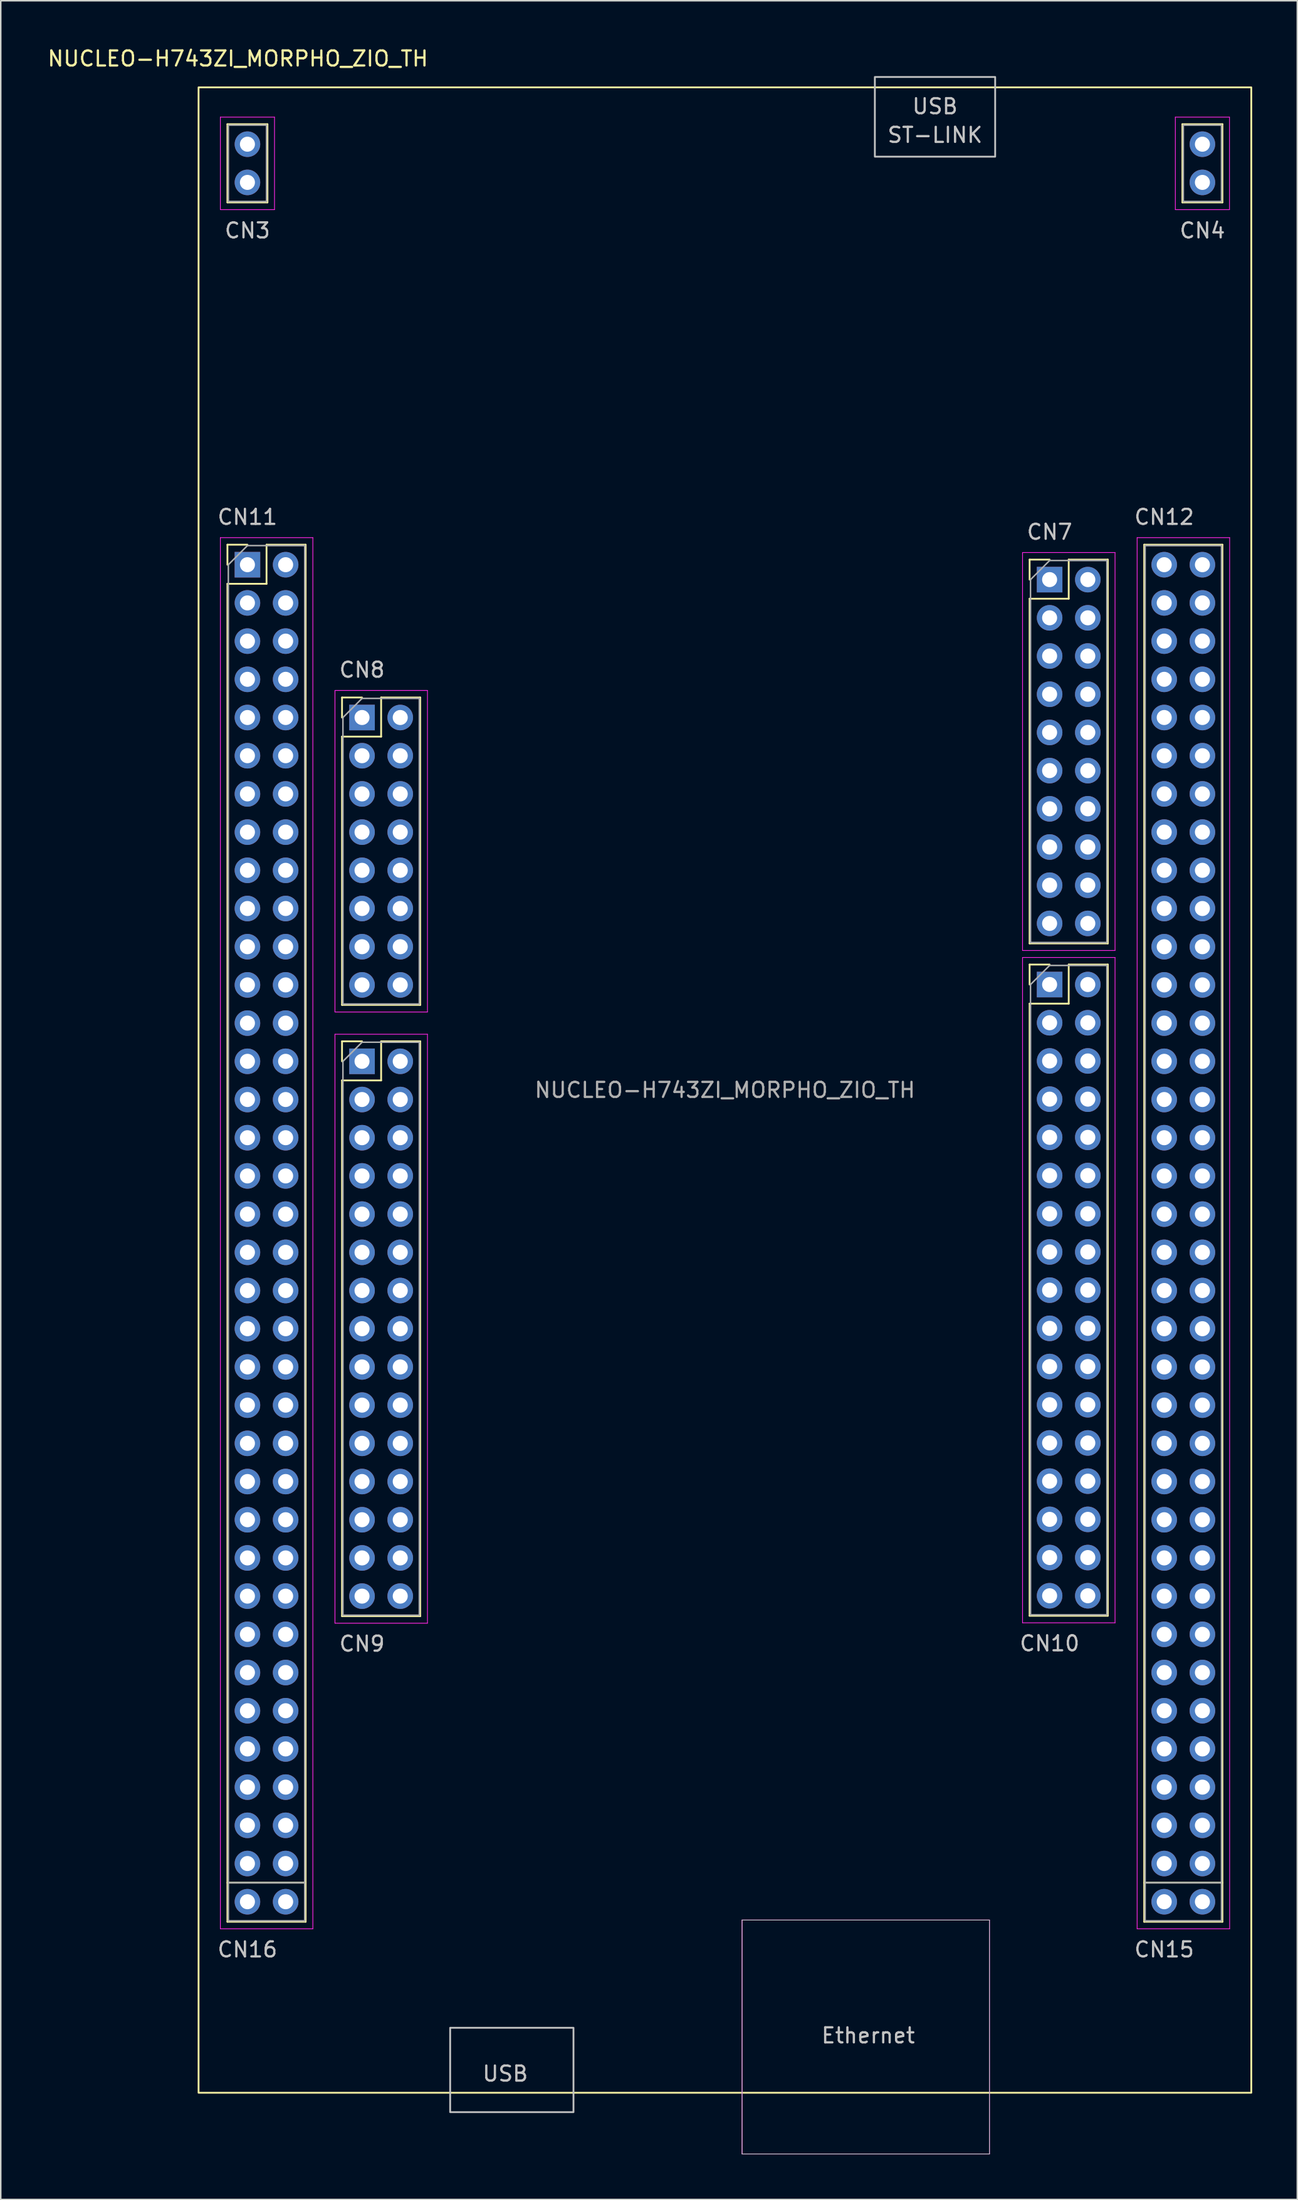
<source format=kicad_pcb>
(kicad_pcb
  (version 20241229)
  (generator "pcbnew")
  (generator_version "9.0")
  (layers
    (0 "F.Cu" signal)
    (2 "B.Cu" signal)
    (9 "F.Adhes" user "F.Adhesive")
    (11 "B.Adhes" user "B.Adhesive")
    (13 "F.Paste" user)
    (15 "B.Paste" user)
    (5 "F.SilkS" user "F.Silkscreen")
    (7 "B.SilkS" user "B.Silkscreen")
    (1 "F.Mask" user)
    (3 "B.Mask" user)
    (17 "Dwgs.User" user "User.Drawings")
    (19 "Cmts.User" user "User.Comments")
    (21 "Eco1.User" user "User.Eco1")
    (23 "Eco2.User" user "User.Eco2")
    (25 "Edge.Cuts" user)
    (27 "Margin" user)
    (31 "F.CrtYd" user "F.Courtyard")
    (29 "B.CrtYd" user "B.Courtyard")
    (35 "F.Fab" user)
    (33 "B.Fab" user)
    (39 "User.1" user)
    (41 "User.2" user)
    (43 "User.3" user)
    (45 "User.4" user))
  (footprint "NUCLEO-H743ZI_MORPHO_ZIO_TH"
    (layer "F.Cu")
    (at 45.153 69.428)
    (property "Reference" "NUCLEO-H743ZI_MORPHO_ZIO_TH" (at -32.385 -68.58 0) (unlocked yes) (layer "F.SilkS") (effects (font (size 1 1) (thickness 0.15))))
    (attr through_hole)
    (fp_line (start -33.08 -59.02) (end -33.08 -64.22) (stroke (width 0.12) (type solid)) (layer "F.SilkS"))
    (fp_line (start -33.08 -36.26) (end -31.75 -36.26) (stroke (width 0.12) (type solid)) (layer "F.SilkS"))
    (fp_line (start -33.08 -34.93) (end -33.08 -36.26) (stroke (width 0.12) (type solid)) (layer "F.SilkS"))
    (fp_line (start -33.08 -33.66) (end -33.08 55.3) (stroke (width 0.12) (type solid)) (layer "F.SilkS"))
    (fp_line (start -33.08 -33.66) (end -30.48 -33.66) (stroke (width 0.12) (type solid)) (layer "F.SilkS"))
    (fp_line (start -33.08 52.705) (end -27.88 52.705) (stroke (width 0.12) (type solid)) (layer "F.SilkS"))
    (fp_line (start -33.08 55.3) (end -27.88 55.3) (stroke (width 0.12) (type solid)) (layer "F.SilkS"))
    (fp_line (start -30.48 -36.26) (end -27.88 -36.26) (stroke (width 0.12) (type solid)) (layer "F.SilkS"))
    (fp_line (start -30.48 -33.66) (end -30.48 -36.26) (stroke (width 0.12) (type solid)) (layer "F.SilkS"))
    (fp_line (start -30.42 -64.22) (end -33.08 -64.22) (stroke (width 0.12) (type solid)) (layer "F.SilkS"))
    (fp_line (start -30.42 -64.22) (end -30.42 -59.02) (stroke (width 0.12) (type solid)) (layer "F.SilkS"))
    (fp_line (start -30.42 -59.02) (end -33.08 -59.02) (stroke (width 0.12) (type solid)) (layer "F.SilkS"))
    (fp_line (start -27.88 -36.26) (end -27.88 55.3) (stroke (width 0.12) (type solid)) (layer "F.SilkS"))
    (fp_line (start -25.46 -26.1) (end -24.13 -26.1) (stroke (width 0.12) (type solid)) (layer "F.SilkS"))
    (fp_line (start -25.46 -24.77) (end -25.46 -26.1) (stroke (width 0.12) (type solid)) (layer "F.SilkS"))
    (fp_line (start -25.46 -23.5) (end -25.46 -5.66) (stroke (width 0.12) (type solid)) (layer "F.SilkS"))
    (fp_line (start -25.46 -23.5) (end -22.86 -23.5) (stroke (width 0.12) (type solid)) (layer "F.SilkS"))
    (fp_line (start -25.46 -3.24) (end -24.13 -3.24) (stroke (width 0.12) (type solid)) (layer "F.SilkS"))
    (fp_line (start -25.46 -1.91) (end -25.46 -3.24) (stroke (width 0.12) (type solid)) (layer "F.SilkS"))
    (fp_line (start -25.46 -0.64) (end -25.46 34.98) (stroke (width 0.12) (type solid)) (layer "F.SilkS"))
    (fp_line (start -25.46 -0.64) (end -22.86 -0.64) (stroke (width 0.12) (type solid)) (layer "F.SilkS"))
    (fp_line (start -22.86 -26.1) (end -20.26 -26.1) (stroke (width 0.12) (type solid)) (layer "F.SilkS"))
    (fp_line (start -22.86 -23.5) (end -22.86 -26.1) (stroke (width 0.12) (type solid)) (layer "F.SilkS"))
    (fp_line (start -22.86 -3.24) (end -20.26 -3.24) (stroke (width 0.12) (type solid)) (layer "F.SilkS"))
    (fp_line (start -22.86 -0.64) (end -22.86 -3.24) (stroke (width 0.12) (type solid)) (layer "F.SilkS"))
    (fp_line (start -20.26 -26.1) (end -20.26 -5.66) (stroke (width 0.12) (type solid)) (layer "F.SilkS"))
    (fp_line (start -20.26 -5.66) (end -25.46 -5.66) (stroke (width 0.12) (type solid)) (layer "F.SilkS"))
    (fp_line (start -20.26 -3.24) (end -20.26 34.98) (stroke (width 0.12) (type solid)) (layer "F.SilkS"))
    (fp_line (start -20.26 34.98) (end -25.46 34.98) (stroke (width 0.12) (type solid)) (layer "F.SilkS"))
    (fp_line (start 20.26 -35.269) (end 21.59 -35.269) (stroke (width 0.12) (type solid)) (layer "F.SilkS"))
    (fp_line (start 20.26 -33.939) (end 20.26 -35.269) (stroke (width 0.12) (type solid)) (layer "F.SilkS"))
    (fp_line (start 20.26 -32.669) (end 20.26 -9.749) (stroke (width 0.12) (type solid)) (layer "F.SilkS"))
    (fp_line (start 20.26 -32.669) (end 22.86 -32.669) (stroke (width 0.12) (type solid)) (layer "F.SilkS"))
    (fp_line (start 20.26 -8.345) (end 21.59 -8.345) (stroke (width 0.12) (type solid)) (layer "F.SilkS"))
    (fp_line (start 20.26 -7.015) (end 20.26 -8.345) (stroke (width 0.12) (type solid)) (layer "F.SilkS"))
    (fp_line (start 20.26 -5.745) (end 20.26 34.955) (stroke (width 0.12) (type solid)) (layer "F.SilkS"))
    (fp_line (start 20.26 -5.745) (end 22.86 -5.745) (stroke (width 0.12) (type solid)) (layer "F.SilkS"))
    (fp_line (start 22.86 -35.269) (end 25.46 -35.269) (stroke (width 0.12) (type solid)) (layer "F.SilkS"))
    (fp_line (start 22.86 -32.669) (end 22.86 -35.269) (stroke (width 0.12) (type solid)) (layer "F.SilkS"))
    (fp_line (start 22.86 -8.345) (end 25.46 -8.345) (stroke (width 0.12) (type solid)) (layer "F.SilkS"))
    (fp_line (start 22.86 -5.745) (end 22.86 -8.345) (stroke (width 0.12) (type solid)) (layer "F.SilkS"))
    (fp_line (start 25.46 -35.269) (end 25.46 -9.749) (stroke (width 0.12) (type solid)) (layer "F.SilkS"))
    (fp_line (start 25.46 -9.749) (end 20.26 -9.749) (stroke (width 0.12) (type solid)) (layer "F.SilkS"))
    (fp_line (start 25.46 -8.345) (end 25.46 34.955) (stroke (width 0.12) (type solid)) (layer "F.SilkS"))
    (fp_line (start 25.46 34.955) (end 20.26 34.955) (stroke (width 0.12) (type solid)) (layer "F.SilkS"))
    (fp_line (start 27.88 -36.26) (end 27.88 55.3) (stroke (width 0.12) (type solid)) (layer "F.SilkS"))
    (fp_line (start 27.88 -36.26) (end 33.08 -36.26) (stroke (width 0.12) (type solid)) (layer "F.SilkS"))
    (fp_line (start 27.88 52.705) (end 33.08 52.705) (stroke (width 0.12) (type solid)) (layer "F.SilkS"))
    (fp_line (start 27.88 55.3) (end 33.08 55.3) (stroke (width 0.12) (type solid)) (layer "F.SilkS"))
    (fp_line (start 30.42 -59.02) (end 30.42 -64.22) (stroke (width 0.12) (type solid)) (layer "F.SilkS"))
    (fp_line (start 33.08 -64.22) (end 30.42 -64.22) (stroke (width 0.12) (type solid)) (layer "F.SilkS"))
    (fp_line (start 33.08 -64.22) (end 33.08 -59.02) (stroke (width 0.12) (type solid)) (layer "F.SilkS"))
    (fp_line (start 33.08 -59.02) (end 30.42 -59.02) (stroke (width 0.12) (type solid)) (layer "F.SilkS"))
    (fp_line (start 33.08 -36.26) (end 33.08 55.3) (stroke (width 0.12) (type solid)) (layer "F.SilkS"))
    (fp_rect (start -35 -66.67) (end 35 66.67) (stroke (width 0.12) (type solid)) (fill no) (layer "F.SilkS"))
    (fp_line (start 1.14 55.19) (end 17.59 55.19) (stroke (width 0.05) (type solid)) (layer "Dwgs.User"))
    (fp_line (start 1.14 70.74) (end 1.14 55.19) (stroke (width 0.05) (type solid)) (layer "Dwgs.User"))
    (fp_line (start 1.14 70.74) (end 17.59 70.74) (stroke (width 0.05) (type solid)) (layer "Dwgs.User"))
    (fp_line (start 17.59 70.74) (end 17.59 55.19) (stroke (width 0.05) (type solid)) (layer "Dwgs.User"))
    (fp_rect (start -18.27 62.35) (end -10.07 67.96) (stroke (width 0.12) (type solid)) (fill no) (layer "Dwgs.User"))
    (fp_rect (start 9.97 -62.06) (end 17.97 -67.36) (stroke (width 0.12) (type solid)) (fill no) (layer "Dwgs.User"))
    (fp_line (start -33.55 -64.69) (end -33.55 -58.54) (stroke (width 0.05) (type solid)) (layer "F.CrtYd"))
    (fp_line (start -33.55 -64.69) (end -29.95 -64.69) (stroke (width 0.05) (type solid)) (layer "F.CrtYd"))
    (fp_line (start -33.55 -58.54) (end -29.95 -58.54) (stroke (width 0.05) (type solid)) (layer "F.CrtYd"))
    (fp_line (start -33.55 -36.73) (end -33.55 55.77) (stroke (width 0.05) (type solid)) (layer "F.CrtYd"))
    (fp_line (start -33.55 55.77) (end -27.4 55.77) (stroke (width 0.05) (type solid)) (layer "F.CrtYd"))
    (fp_line (start -29.95 -58.54) (end -29.95 -64.69) (stroke (width 0.05) (type solid)) (layer "F.CrtYd"))
    (fp_line (start -27.4 -36.73) (end -33.55 -36.73) (stroke (width 0.05) (type solid)) (layer "F.CrtYd"))
    (fp_line (start -27.4 55.77) (end -27.4 -36.73) (stroke (width 0.05) (type solid)) (layer "F.CrtYd"))
    (fp_line (start -25.93 -26.57) (end -25.93 -5.19) (stroke (width 0.05) (type solid)) (layer "F.CrtYd"))
    (fp_line (start -25.93 -5.19) (end -19.78 -5.19) (stroke (width 0.05) (type solid)) (layer "F.CrtYd"))
    (fp_line (start -25.93 -3.71) (end -25.93 35.45) (stroke (width 0.05) (type solid)) (layer "F.CrtYd"))
    (fp_line (start -25.93 35.45) (end -19.78 35.45) (stroke (width 0.05) (type solid)) (layer "F.CrtYd"))
    (fp_line (start -19.78 -26.57) (end -25.93 -26.57) (stroke (width 0.05) (type solid)) (layer "F.CrtYd"))
    (fp_line (start -19.78 -5.19) (end -19.78 -26.57) (stroke (width 0.05) (type solid)) (layer "F.CrtYd"))
    (fp_line (start -19.78 -3.71) (end -25.93 -3.71) (stroke (width 0.05) (type solid)) (layer "F.CrtYd"))
    (fp_line (start -19.78 35.45) (end -19.78 -3.71) (stroke (width 0.05) (type solid)) (layer "F.CrtYd"))
    (fp_line (start 1.14 55.19) (end 17.59 55.19) (stroke (width 0.05) (type solid)) (layer "F.CrtYd"))
    (fp_line (start 1.14 70.74) (end 1.14 55.19) (stroke (width 0.05) (type solid)) (layer "F.CrtYd"))
    (fp_line (start 1.14 70.74) (end 17.59 70.74) (stroke (width 0.05) (type solid)) (layer "F.CrtYd"))
    (fp_line (start 17.59 70.74) (end 17.59 55.19) (stroke (width 0.05) (type solid)) (layer "F.CrtYd"))
    (fp_line (start 19.79 -35.739) (end 19.79 -9.279) (stroke (width 0.05) (type solid)) (layer "F.CrtYd"))
    (fp_line (start 19.79 -9.279) (end 25.94 -9.279) (stroke (width 0.05) (type solid)) (layer "F.CrtYd"))
    (fp_line (start 19.79 -8.815) (end 19.79 35.425) (stroke (width 0.05) (type solid)) (layer "F.CrtYd"))
    (fp_line (start 19.79 35.425) (end 25.94 35.425) (stroke (width 0.05) (type solid)) (layer "F.CrtYd"))
    (fp_line (start 25.94 -35.739) (end 19.79 -35.739) (stroke (width 0.05) (type solid)) (layer "F.CrtYd"))
    (fp_line (start 25.94 -9.279) (end 25.94 -35.739) (stroke (width 0.05) (type solid)) (layer "F.CrtYd"))
    (fp_line (start 25.94 -8.815) (end 19.79 -8.815) (stroke (width 0.05) (type solid)) (layer "F.CrtYd"))
    (fp_line (start 25.94 35.425) (end 25.94 -8.815) (stroke (width 0.05) (type solid)) (layer "F.CrtYd"))
    (fp_line (start 27.41 -36.73) (end 27.41 55.77) (stroke (width 0.05) (type solid)) (layer "F.CrtYd"))
    (fp_line (start 27.41 55.77) (end 33.56 55.77) (stroke (width 0.05) (type solid)) (layer "F.CrtYd"))
    (fp_line (start 29.95 -64.69) (end 29.95 -58.54) (stroke (width 0.05) (type solid)) (layer "F.CrtYd"))
    (fp_line (start 29.95 -64.69) (end 33.55 -64.69) (stroke (width 0.05) (type solid)) (layer "F.CrtYd"))
    (fp_line (start 29.95 -58.54) (end 33.55 -58.54) (stroke (width 0.05) (type solid)) (layer "F.CrtYd"))
    (fp_line (start 33.55 -58.54) (end 33.55 -64.69) (stroke (width 0.05) (type solid)) (layer "F.CrtYd"))
    (fp_line (start 33.56 -36.73) (end 27.41 -36.73) (stroke (width 0.05) (type solid)) (layer "F.CrtYd"))
    (fp_line (start 33.56 55.77) (end 33.56 -36.73) (stroke (width 0.05) (type solid)) (layer "F.CrtYd"))
    (fp_line (start -33.02 -64.16) (end -30.48 -64.16) (stroke (width 0.1) (type solid)) (layer "F.Fab"))
    (fp_line (start -33.02 -59.08) (end -33.02 -64.16) (stroke (width 0.1) (type solid)) (layer "F.Fab"))
    (fp_line (start -33.02 -34.93) (end -31.75 -36.2) (stroke (width 0.1) (type solid)) (layer "F.Fab"))
    (fp_line (start -33.02 55.24) (end -33.02 -34.93) (stroke (width 0.1) (type solid)) (layer "F.Fab"))
    (fp_line (start -31.75 -36.2) (end -27.94 -36.2) (stroke (width 0.1) (type solid)) (layer "F.Fab"))
    (fp_line (start -30.48 -64.16) (end -30.48 -59.08) (stroke (width 0.1) (type solid)) (layer "F.Fab"))
    (fp_line (start -30.48 -59.08) (end -33.02 -59.08) (stroke (width 0.1) (type solid)) (layer "F.Fab"))
    (fp_line (start -27.94 -36.2) (end -27.94 55.24) (stroke (width 0.1) (type solid)) (layer "F.Fab"))
    (fp_line (start -27.94 52.705) (end -33.02 52.705) (stroke (width 0.1) (type solid)) (layer "F.Fab"))
    (fp_line (start -27.94 55.24) (end -33.02 55.24) (stroke (width 0.1) (type solid)) (layer "F.Fab"))
    (fp_line (start -25.4 -24.77) (end -24.13 -26.04) (stroke (width 0.1) (type solid)) (layer "F.Fab"))
    (fp_line (start -25.4 -5.72) (end -25.4 -24.77) (stroke (width 0.1) (type solid)) (layer "F.Fab"))
    (fp_line (start -25.4 -5.72) (end -20.32 -5.72) (stroke (width 0.1) (type solid)) (layer "F.Fab"))
    (fp_line (start -25.4 -1.91) (end -24.13 -3.18) (stroke (width 0.1) (type solid)) (layer "F.Fab"))
    (fp_line (start -25.4 34.92) (end -25.4 -1.91) (stroke (width 0.1) (type solid)) (layer "F.Fab"))
    (fp_line (start -25.4 34.92) (end -20.32 34.92) (stroke (width 0.1) (type solid)) (layer "F.Fab"))
    (fp_line (start -24.13 -26.04) (end -20.32 -26.04) (stroke (width 0.1) (type solid)) (layer "F.Fab"))
    (fp_line (start -24.13 -3.18) (end -20.32 -3.18) (stroke (width 0.1) (type solid)) (layer "F.Fab"))
    (fp_line (start -20.32 -26.04) (end -20.32 -5.72) (stroke (width 0.1) (type solid)) (layer "F.Fab"))
    (fp_line (start -20.32 -3.18) (end -20.32 34.92) (stroke (width 0.1) (type solid)) (layer "F.Fab"))
    (fp_line (start 20.32 -33.939) (end 21.59 -35.209) (stroke (width 0.1) (type solid)) (layer "F.Fab"))
    (fp_line (start 20.32 -9.809) (end 20.32 -33.939) (stroke (width 0.1) (type solid)) (layer "F.Fab"))
    (fp_line (start 20.32 -9.809) (end 25.4 -9.809) (stroke (width 0.1) (type solid)) (layer "F.Fab"))
    (fp_line (start 20.32 -7.015) (end 21.59 -8.285) (stroke (width 0.1) (type solid)) (layer "F.Fab"))
    (fp_line (start 20.32 34.895) (end 20.32 -7.015) (stroke (width 0.1) (type solid)) (layer "F.Fab"))
    (fp_line (start 20.32 34.895) (end 25.4 34.895) (stroke (width 0.1) (type solid)) (layer "F.Fab"))
    (fp_line (start 21.59 -35.209) (end 25.4 -35.209) (stroke (width 0.1) (type solid)) (layer "F.Fab"))
    (fp_line (start 21.59 -8.285) (end 25.4 -8.285) (stroke (width 0.1) (type solid)) (layer "F.Fab"))
    (fp_line (start 25.4 -35.209) (end 25.4 -9.809) (stroke (width 0.1) (type solid)) (layer "F.Fab"))
    (fp_line (start 25.4 -8.285) (end 25.4 34.895) (stroke (width 0.1) (type solid)) (layer "F.Fab"))
    (fp_line (start 27.94 -36.2) (end 33.02 -36.2) (stroke (width 0.1) (type solid)) (layer "F.Fab"))
    (fp_line (start 27.94 55.24) (end 27.94 -36.2) (stroke (width 0.1) (type solid)) (layer "F.Fab"))
    (fp_line (start 30.48 -64.16) (end 33.02 -64.16) (stroke (width 0.1) (type solid)) (layer "F.Fab"))
    (fp_line (start 30.48 -59.08) (end 30.48 -64.16) (stroke (width 0.1) (type solid)) (layer "F.Fab"))
    (fp_line (start 33.02 -64.16) (end 33.02 -59.08) (stroke (width 0.1) (type solid)) (layer "F.Fab"))
    (fp_line (start 33.02 -59.08) (end 30.48 -59.08) (stroke (width 0.1) (type solid)) (layer "F.Fab"))
    (fp_line (start 33.02 -36.2) (end 33.02 55.24) (stroke (width 0.1) (type solid)) (layer "F.Fab"))
    (fp_line (start 33.02 52.705) (end 27.94 52.705) (stroke (width 0.1) (type solid)) (layer "F.Fab"))
    (fp_line (start 33.02 55.24) (end 27.94 55.24) (stroke (width 0.1) (type solid)) (layer "F.Fab"))
    (fp_text user "CN15" (at 29.21 57.15 0) (unlocked yes) (layer "Dwgs.User") (effects (font (size 1 1) (thickness 0.15))))
    (fp_text user "CN9" (at -24.13 36.82 0) (unlocked yes) (layer "Dwgs.User") (effects (font (size 1 1) (thickness 0.15))))
    (fp_text user "CN8" (at -24.13 -27.94 0) (unlocked yes) (layer "Dwgs.User") (effects (font (size 1 1) (thickness 0.15))))
    (fp_text user "ST-LINK" (at 13.97 -63.5 0) (unlocked yes) (layer "Dwgs.User") (effects (font (size 1 1) (thickness 0.15))))
    (fp_text user "CN16" (at -31.75 57.15 0) (unlocked yes) (layer "Dwgs.User") (effects (font (size 1 1) (thickness 0.15))))
    (fp_text user "CN3" (at -31.75 -57.15 0) (unlocked yes) (layer "Dwgs.User") (effects (font (size 1 1) (thickness 0.15))))
    (fp_text user "USB" (at 13.97 -65.405 0) (unlocked yes) (layer "Dwgs.User") (effects (font (size 1 1) (thickness 0.15))))
    (fp_text user "CN12" (at 29.21 -38.1 0) (unlocked yes) (layer "Dwgs.User") (effects (font (size 1 1) (thickness 0.15))))
    (fp_text user "CN11" (at -31.75 -38.1 0) (unlocked yes) (layer "Dwgs.User") (effects (font (size 1 1) (thickness 0.15))))
    (fp_text user "CN4" (at 31.75 -57.15 0) (unlocked yes) (layer "Dwgs.User") (effects (font (size 1 1) (thickness 0.15))))
    (fp_text user "CN10" (at 21.59 36.795 0) (unlocked yes) (layer "Dwgs.User") (effects (font (size 1 1) (thickness 0.15))))
    (fp_text user "USB" (at -14.605 65.405 0) (unlocked yes) (layer "Dwgs.User") (effects (font (size 1 1) (thickness 0.15))))
    (fp_text user "CN7" (at 21.59 -37.109 0) (unlocked yes) (layer "Dwgs.User") (effects (font (size 1 1) (thickness 0.15))))
    (fp_text user "Ethernet" (at 9.525 62.865 0) (unlocked yes) (layer "Dwgs.User") (effects (font (size 1 1) (thickness 0.15))))
    (fp_text user "${REFERENCE}" (at 0 0 180) (layer "F.Fab") (effects (font (size 1 1) (thickness 0.15))))
    (pad "" thru_hole oval (at -31.75 -14.61) (size 1.7 1.7) (drill 1) (layers "*.Cu" "*.Mask"))
    (pad "" thru_hole oval (at -31.75 -6.99) (size 1.7 1.7) (drill 1) (layers "*.Cu" "*.Mask"))
    (pad "" thru_hole oval (at -31.75 -4.45) (size 1.7 1.7) (drill 1) (layers "*.Cu" "*.Mask"))
    (pad "" thru_hole oval (at -31.75 -1.91) (size 1.7 1.7) (drill 1) (layers "*.Cu" "*.Mask"))
    (pad "" thru_hole oval (at -31.75 0.63) (size 1.7 1.7) (drill 1) (layers "*.Cu" "*.Mask"))
    (pad "" thru_hole oval (at -31.75 3.17) (size 1.7 1.7) (drill 1) (layers "*.Cu" "*.Mask"))
    (pad "" thru_hole oval (at -31.75 48.89) (size 1.7 1.7) (drill 1) (layers "*.Cu" "*.Mask"))
    (pad "" thru_hole oval (at -29.21 -24.77) (size 1.7 1.7) (drill 1) (layers "*.Cu" "*.Mask"))
    (pad "" thru_hole oval (at -29.21 -4.45) (size 1.7 1.7) (drill 1) (layers "*.Cu" "*.Mask"))
    (pad "" thru_hole oval (at -29.21 -1.91) (size 1.7 1.7) (drill 1) (layers "*.Cu" "*.Mask"))
    (pad "" thru_hole oval (at -29.21 0.63) (size 1.7 1.7) (drill 1) (layers "*.Cu" "*.Mask"))
    (pad "" thru_hole oval (at -29.21 8.25) (size 1.7 1.7) (drill 1) (layers "*.Cu" "*.Mask"))
    (pad "" thru_hole oval (at -29.21 48.89) (size 1.7 1.7) (drill 1) (layers "*.Cu" "*.Mask"))
    (pad "" thru_hole oval (at -29.21 51.43) (size 1.7 1.7) (drill 1) (layers "*.Cu" "*.Mask"))
    (pad "" thru_hole rect (at -24.13 -24.77) (size 1.7 1.7) (drill 1) (layers "*.Cu" "*.Mask"))
    (pad "" thru_hole oval (at -24.13 13.33) (size 1.7 1.7) (drill 1) (layers "*.Cu" "*.Mask"))
    (pad "" thru_hole oval (at -24.13 15.87) (size 1.7 1.7) (drill 1) (layers "*.Cu" "*.Mask"))
    (pad "" thru_hole oval (at 21.59 -28.859) (size 1.7 1.7) (drill 1) (layers "*.Cu" "*.Mask"))
    (pad "" thru_hole oval (at 21.59 -23.779) (size 1.7 1.7) (drill 1) (layers "*.Cu" "*.Mask"))
    (pad "" thru_hole oval (at 21.59 28.545) (size 1.7 1.7) (drill 1) (layers "*.Cu" "*.Mask"))
    (pad "" thru_hole oval (at 29.21 -34.93) (size 1.7 1.7) (drill 1) (layers "*.Cu" "*.Mask"))
    (pad "" thru_hole oval (at 29.21 -17.15) (size 1.7 1.7) (drill 1) (layers "*.Cu" "*.Mask"))
    (pad "" thru_hole oval (at 29.21 -9.53) (size 1.7 1.7) (drill 1) (layers "*.Cu" "*.Mask"))
    (pad "" thru_hole oval (at 29.21 -6.99) (size 1.7 1.7) (drill 1) (layers "*.Cu" "*.Mask"))
    (pad "" thru_hole oval (at 29.21 5.71) (size 1.7 1.7) (drill 1) (layers "*.Cu" "*.Mask"))
    (pad "" thru_hole oval (at 29.21 8.25) (size 1.7 1.7) (drill 1) (layers "*.Cu" "*.Mask"))
    (pad "" thru_hole oval (at 29.21 46.35) (size 1.7 1.7) (drill 1) (layers "*.Cu" "*.Mask"))
    (pad "" thru_hole oval (at 29.21 48.89) (size 1.7 1.7) (drill 1) (layers "*.Cu" "*.Mask"))
    (pad "" thru_hole oval (at 31.75 -34.93) (size 1.7 1.7) (drill 1) (layers "*.Cu" "*.Mask"))
    (pad "" thru_hole oval (at 31.75 -29.85) (size 1.7 1.7) (drill 1) (layers "*.Cu" "*.Mask"))
    (pad "" thru_hole oval (at 31.75 -22.23) (size 1.7 1.7) (drill 1) (layers "*.Cu" "*.Mask"))
    (pad "" thru_hole oval (at 31.75 -19.69) (size 1.7 1.7) (drill 1) (layers "*.Cu" "*.Mask"))
    (pad "" thru_hole oval (at 31.75 0.63) (size 1.7 1.7) (drill 1) (layers "*.Cu" "*.Mask"))
    (pad "" thru_hole oval (at 31.75 5.71) (size 1.7 1.7) (drill 1) (layers "*.Cu" "*.Mask"))
    (pad "CN3_1" thru_hole oval (at -31.75 -62.89 90) (size 1.7 1.7) (drill 1) (layers "*.Cu" "*.Mask"))
    (pad "CN3_2" thru_hole oval (at -31.75 -60.35 90) (size 1.7 1.7) (drill 1) (layers "*.Cu" "*.Mask"))
    (pad "CN4_1" thru_hole oval (at 31.75 -62.89 90) (size 1.7 1.7) (drill 1) (layers "*.Cu" "*.Mask"))
    (pad "CN4_2" thru_hole oval (at 31.75 -60.35 90) (size 1.7 1.7) (drill 1) (layers "*.Cu" "*.Mask"))
    (pad "CN7_1" thru_hole rect (at 21.59 -33.939) (size 1.7 1.7) (drill 1) (layers "*.Cu" "*.Mask"))
    (pad "CN7_2" thru_hole oval (at 24.13 -33.939) (size 1.7 1.7) (drill 1) (layers "*.Cu" "*.Mask"))
    (pad "CN7_3" thru_hole oval (at 21.59 -31.399) (size 1.7 1.7) (drill 1) (layers "*.Cu" "*.Mask"))
    (pad "CN7_4" thru_hole oval (at 24.13 -31.399) (size 1.7 1.7) (drill 1) (layers "*.Cu" "*.Mask"))
    (pad "CN7_6" thru_hole oval (at 24.13 -28.859) (size 1.7 1.7) (drill 1) (layers "*.Cu" "*.Mask"))
    (pad "CN7_7" thru_hole oval (at 21.59 -26.319) (size 1.7 1.7) (drill 1) (layers "*.Cu" "*.Mask"))
    (pad "CN7_8" thru_hole oval (at 24.13 -26.319) (size 1.7 1.7) (drill 1) (layers "*.Cu" "*.Mask"))
    (pad "CN7_10" thru_hole oval (at 24.13 -23.779) (size 1.7 1.7) (drill 1) (layers "*.Cu" "*.Mask"))
    (pad "CN7_11" thru_hole oval (at 21.59 -21.239) (size 1.7 1.7) (drill 1) (layers "*.Cu" "*.Mask"))
    (pad "CN7_12" thru_hole oval (at 24.13 -21.239) (size 1.7 1.7) (drill 1) (layers "*.Cu" "*.Mask"))
    (pad "CN7_13" thru_hole oval (at 21.59 -18.699) (size 1.7 1.7) (drill 1) (layers "*.Cu" "*.Mask"))
    (pad "CN7_14" thru_hole oval (at 24.13 -18.699) (size 1.7 1.7) (drill 1) (layers "*.Cu" "*.Mask"))
    (pad "CN7_15" thru_hole oval (at 21.59 -16.159) (size 1.7 1.7) (drill 1) (layers "*.Cu" "*.Mask"))
    (pad "CN7_16" thru_hole oval (at 24.13 -16.159) (size 1.7 1.7) (drill 1) (layers "*.Cu" "*.Mask"))
    (pad "CN7_17" thru_hole oval (at 21.59 -13.619) (size 1.7 1.7) (drill 1) (layers "*.Cu" "*.Mask"))
    (pad "CN7_18" thru_hole oval (at 24.13 -13.619) (size 1.7 1.7) (drill 1) (layers "*.Cu" "*.Mask"))
    (pad "CN7_19" thru_hole oval (at 21.59 -11.079) (size 1.7 1.7) (drill 1) (layers "*.Cu" "*.Mask"))
    (pad "CN7_20" thru_hole oval (at 24.13 -11.079) (size 1.7 1.7) (drill 1) (layers "*.Cu" "*.Mask"))
    (pad "CN8_2" thru_hole oval (at -21.59 -24.77) (size 1.7 1.7) (drill 1) (layers "*.Cu" "*.Mask"))
    (pad "CN8_3" thru_hole oval (at -24.13 -22.23) (size 1.7 1.7) (drill 1) (layers "*.Cu" "*.Mask"))
    (pad "CN8_4" thru_hole oval (at -21.59 -22.23) (size 1.7 1.7) (drill 1) (layers "*.Cu" "*.Mask"))
    (pad "CN8_5" thru_hole oval (at -24.13 -19.69) (size 1.7 1.7) (drill 1) (layers "*.Cu" "*.Mask"))
    (pad "CN8_6" thru_hole oval (at -21.59 -19.69) (size 1.7 1.7) (drill 1) (layers "*.Cu" "*.Mask"))
    (pad "CN8_7" thru_hole oval (at -24.13 -17.15) (size 1.7 1.7) (drill 1) (layers "*.Cu" "*.Mask"))
    (pad "CN8_8" thru_hole oval (at -21.59 -17.15) (size 1.7 1.7) (drill 1) (layers "*.Cu" "*.Mask"))
    (pad "CN8_9" thru_hole oval (at -24.13 -14.61) (size 1.7 1.7) (drill 1) (layers "*.Cu" "*.Mask"))
    (pad "CN8_10" thru_hole oval (at -21.59 -14.61) (size 1.7 1.7) (drill 1) (layers "*.Cu" "*.Mask"))
    (pad "CN8_11" thru_hole oval (at -24.13 -12.07) (size 1.7 1.7) (drill 1) (layers "*.Cu" "*.Mask"))
    (pad "CN8_12" thru_hole oval (at -21.59 -12.07) (size 1.7 1.7) (drill 1) (layers "*.Cu" "*.Mask"))
    (pad "CN8_13" thru_hole oval (at -24.13 -9.53) (size 1.7 1.7) (drill 1) (layers "*.Cu" "*.Mask"))
    (pad "CN8_14" thru_hole oval (at -21.59 -9.53) (size 1.7 1.7) (drill 1) (layers "*.Cu" "*.Mask"))
    (pad "CN8_15" thru_hole oval (at -24.13 -6.99) (size 1.7 1.7) (drill 1) (layers "*.Cu" "*.Mask"))
    (pad "CN8_16" thru_hole oval (at -21.59 -6.99) (size 1.7 1.7) (drill 1) (layers "*.Cu" "*.Mask"))
    (pad "CN9_1" thru_hole rect (at -24.13 -1.91) (size 1.7 1.7) (drill 1) (layers "*.Cu" "*.Mask"))
    (pad "CN9_2" thru_hole oval (at -21.59 -1.91) (size 1.7 1.7) (drill 1) (layers "*.Cu" "*.Mask"))
    (pad "CN9_3" thru_hole oval (at -24.13 0.63) (size 1.7 1.7) (drill 1) (layers "*.Cu" "*.Mask"))
    (pad "CN9_4" thru_hole oval (at -21.59 0.63) (size 1.7 1.7) (drill 1) (layers "*.Cu" "*.Mask"))
    (pad "CN9_5" thru_hole oval (at -24.13 3.17) (size 1.7 1.7) (drill 1) (layers "*.Cu" "*.Mask"))
    (pad "CN9_6" thru_hole oval (at -21.59 3.17) (size 1.7 1.7) (drill 1) (layers "*.Cu" "*.Mask"))
    (pad "CN9_7" thru_hole oval (at -24.13 5.71) (size 1.7 1.7) (drill 1) (layers "*.Cu" "*.Mask"))
    (pad "CN9_8" thru_hole oval (at -21.59 5.71) (size 1.7 1.7) (drill 1) (layers "*.Cu" "*.Mask"))
    (pad "CN9_9" thru_hole oval (at -24.13 8.25) (size 1.7 1.7) (drill 1) (layers "*.Cu" "*.Mask"))
    (pad "CN9_10" thru_hole oval (at -21.59 8.25) (size 1.7 1.7) (drill 1) (layers "*.Cu" "*.Mask"))
    (pad "CN9_11" thru_hole oval (at -24.13 10.79) (size 1.7 1.7) (drill 1) (layers "*.Cu" "*.Mask"))
    (pad "CN9_12" thru_hole oval (at -21.59 10.79) (size 1.7 1.7) (drill 1) (layers "*.Cu" "*.Mask"))
    (pad "CN9_14" thru_hole oval (at -21.59 13.33) (size 1.7 1.7) (drill 1) (layers "*.Cu" "*.Mask"))
    (pad "CN9_16" thru_hole oval (at -21.59 15.87) (size 1.7 1.7) (drill 1) (layers "*.Cu" "*.Mask"))
    (pad "CN9_17" thru_hole oval (at -24.13 18.41) (size 1.7 1.7) (drill 1) (layers "*.Cu" "*.Mask"))
    (pad "CN9_18" thru_hole oval (at -21.59 18.41) (size 1.7 1.7) (drill 1) (layers "*.Cu" "*.Mask"))
    (pad "CN9_19" thru_hole oval (at -24.13 20.95) (size 1.7 1.7) (drill 1) (layers "*.Cu" "*.Mask"))
    (pad "CN9_20" thru_hole oval (at -21.59 20.95) (size 1.7 1.7) (drill 1) (layers "*.Cu" "*.Mask"))
    (pad "CN9_21" thru_hole oval (at -24.13 23.49) (size 1.7 1.7) (drill 1) (layers "*.Cu" "*.Mask"))
    (pad "CN9_22" thru_hole oval (at -21.59 23.49) (size 1.7 1.7) (drill 1) (layers "*.Cu" "*.Mask"))
    (pad "CN9_23" thru_hole oval (at -24.13 26.03) (size 1.7 1.7) (drill 1) (layers "*.Cu" "*.Mask"))
    (pad "CN9_24" thru_hole oval (at -21.59 26.03) (size 1.7 1.7) (drill 1) (layers "*.Cu" "*.Mask"))
    (pad "CN9_25" thru_hole oval (at -24.13 28.57) (size 1.7 1.7) (drill 1) (layers "*.Cu" "*.Mask"))
    (pad "CN9_26" thru_hole oval (at -21.59 28.57) (size 1.7 1.7) (drill 1) (layers "*.Cu" "*.Mask"))
    (pad "CN9_27" thru_hole oval (at -24.13 31.11) (size 1.7 1.7) (drill 1) (layers "*.Cu" "*.Mask"))
    (pad "CN9_28" thru_hole oval (at -21.59 31.11) (size 1.7 1.7) (drill 1) (layers "*.Cu" "*.Mask"))
    (pad "CN9_29" thru_hole oval (at -24.13 33.65) (size 1.7 1.7) (drill 1) (layers "*.Cu" "*.Mask"))
    (pad "CN9_30" thru_hole oval (at -21.59 33.65) (size 1.7 1.7) (drill 1) (layers "*.Cu" "*.Mask"))
    (pad "CN10_1" thru_hole rect (at 21.59 -7.015) (size 1.7 1.7) (drill 1) (layers "*.Cu" "*.Mask"))
    (pad "CN10_2" thru_hole oval (at 24.13 -7.015) (size 1.7 1.7) (drill 1) (layers "*.Cu" "*.Mask"))
    (pad "CN10_3" thru_hole oval (at 21.59 -4.475) (size 1.7 1.7) (drill 1) (layers "*.Cu" "*.Mask"))
    (pad "CN10_4" thru_hole oval (at 24.13 -4.475) (size 1.7 1.7) (drill 1) (layers "*.Cu" "*.Mask"))
    (pad "CN10_5" thru_hole oval (at 21.59 -1.935) (size 1.7 1.7) (drill 1) (layers "*.Cu" "*.Mask"))
    (pad "CN10_6" thru_hole oval (at 24.13 -1.935) (size 1.7 1.7) (drill 1) (layers "*.Cu" "*.Mask"))
    (pad "CN10_7" thru_hole oval (at 21.59 0.605) (size 1.7 1.7) (drill 1) (layers "*.Cu" "*.Mask"))
    (pad "CN10_8" thru_hole oval (at 24.13 0.605) (size 1.7 1.7) (drill 1) (layers "*.Cu" "*.Mask"))
    (pad "CN10_9" thru_hole oval (at 21.59 3.145) (size 1.7 1.7) (drill 1) (layers "*.Cu" "*.Mask"))
    (pad "CN10_10" thru_hole oval (at 24.13 3.145) (size 1.7 1.7) (drill 1) (layers "*.Cu" "*.Mask"))
    (pad "CN10_11" thru_hole oval (at 21.59 5.685) (size 1.7 1.7) (drill 1) (layers "*.Cu" "*.Mask"))
    (pad "CN10_12" thru_hole oval (at 24.13 5.685) (size 1.7 1.7) (drill 1) (layers "*.Cu" "*.Mask"))
    (pad "CN10_13" thru_hole oval (at 21.59 8.225) (size 1.7 1.7) (drill 1) (layers "*.Cu" "*.Mask"))
    (pad "CN10_14" thru_hole oval (at 24.13 8.225) (size 1.7 1.7) (drill 1) (layers "*.Cu" "*.Mask"))
    (pad "CN10_15" thru_hole oval (at 21.59 10.765) (size 1.7 1.7) (drill 1) (layers "*.Cu" "*.Mask"))
    (pad "CN10_16" thru_hole oval (at 24.13 10.765) (size 1.7 1.7) (drill 1) (layers "*.Cu" "*.Mask"))
    (pad "CN10_17" thru_hole oval (at 21.59 13.305) (size 1.7 1.7) (drill 1) (layers "*.Cu" "*.Mask"))
    (pad "CN10_18" thru_hole oval (at 24.13 13.305) (size 1.7 1.7) (drill 1) (layers "*.Cu" "*.Mask"))
    (pad "CN10_19" thru_hole oval (at 21.59 15.845) (size 1.7 1.7) (drill 1) (layers "*.Cu" "*.Mask"))
    (pad "CN10_20" thru_hole oval (at 24.13 15.845) (size 1.7 1.7) (drill 1) (layers "*.Cu" "*.Mask"))
    (pad "CN10_21" thru_hole oval (at 21.59 18.385) (size 1.7 1.7) (drill 1) (layers "*.Cu" "*.Mask"))
    (pad "CN10_22" thru_hole oval (at 24.13 18.385) (size 1.7 1.7) (drill 1) (layers "*.Cu" "*.Mask"))
    (pad "CN10_23" thru_hole oval (at 21.59 20.925) (size 1.7 1.7) (drill 1) (layers "*.Cu" "*.Mask"))
    (pad "CN10_24" thru_hole oval (at 24.13 20.925) (size 1.7 1.7) (drill 1) (layers "*.Cu" "*.Mask"))
    (pad "CN10_25" thru_hole oval (at 21.59 23.465) (size 1.7 1.7) (drill 1) (layers "*.Cu" "*.Mask"))
    (pad "CN10_26" thru_hole oval (at 24.13 23.465) (size 1.7 1.7) (drill 1) (layers "*.Cu" "*.Mask"))
    (pad "CN10_27" thru_hole oval (at 21.59 26.005) (size 1.7 1.7) (drill 1) (layers "*.Cu" "*.Mask"))
    (pad "CN10_28" thru_hole oval (at 24.13 26.005) (size 1.7 1.7) (drill 1) (layers "*.Cu" "*.Mask"))
    (pad "CN10_30" thru_hole oval (at 24.13 28.545) (size 1.7 1.7) (drill 1) (layers "*.Cu" "*.Mask"))
    (pad "CN10_31" thru_hole oval (at 21.59 31.085) (size 1.7 1.7) (drill 1) (layers "*.Cu" "*.Mask"))
    (pad "CN10_32" thru_hole oval (at 24.13 31.085) (size 1.7 1.7) (drill 1) (layers "*.Cu" "*.Mask"))
    (pad "CN10_33" thru_hole oval (at 21.59 33.625) (size 1.7 1.7) (drill 1) (layers "*.Cu" "*.Mask"))
    (pad "CN10_34" thru_hole oval (at 24.13 33.625) (size 1.7 1.7) (drill 1) (layers "*.Cu" "*.Mask"))
    (pad "CN11_1" thru_hole rect (at -31.75 -34.93) (size 1.7 1.7) (drill 1) (layers "*.Cu" "*.Mask"))
    (pad "CN11_2" thru_hole oval (at -29.21 -34.93) (size 1.7 1.7) (drill 1) (layers "*.Cu" "*.Mask"))
    (pad "CN11_3" thru_hole oval (at -31.75 -32.39) (size 1.7 1.7) (drill 1) (layers "*.Cu" "*.Mask"))
    (pad "CN11_4" thru_hole oval (at -29.21 -32.39) (size 1.7 1.7) (drill 1) (layers "*.Cu" "*.Mask"))
    (pad "CN11_5" thru_hole oval (at -31.75 -29.85) (size 1.7 1.7) (drill 1) (layers "*.Cu" "*.Mask"))
    (pad "CN11_6" thru_hole oval (at -29.21 -29.85) (size 1.7 1.7) (drill 1) (layers "*.Cu" "*.Mask"))
    (pad "CN11_7" thru_hole oval (at -31.75 -27.31) (size 1.7 1.7) (drill 1) (layers "*.Cu" "*.Mask"))
    (pad "CN11_8" thru_hole oval (at -29.21 -27.31) (size 1.7 1.7) (drill 1) (layers "*.Cu" "*.Mask"))
    (pad "CN11_9" thru_hole oval (at -31.75 -24.77) (size 1.7 1.7) (drill 1) (layers "*.Cu" "*.Mask"))
    (pad "CN11_11" thru_hole oval (at -31.75 -22.23) (size 1.7 1.7) (drill 1) (layers "*.Cu" "*.Mask"))
    (pad "CN11_12" thru_hole oval (at -29.21 -22.23) (size 1.7 1.7) (drill 1) (layers "*.Cu" "*.Mask"))
    (pad "CN11_13" thru_hole oval (at -31.75 -19.69) (size 1.7 1.7) (drill 1) (layers "*.Cu" "*.Mask"))
    (pad "CN11_14" thru_hole oval (at -29.21 -19.69) (size 1.7 1.7) (drill 1) (layers "*.Cu" "*.Mask"))
    (pad "CN11_15" thru_hole oval (at -31.75 -17.15) (size 1.7 1.7) (drill 1) (layers "*.Cu" "*.Mask"))
    (pad "CN11_16" thru_hole oval (at -29.21 -17.15) (size 1.7 1.7) (drill 1) (layers "*.Cu" "*.Mask"))
    (pad "CN11_18" thru_hole oval (at -29.21 -14.61) (size 1.7 1.7) (drill 1) (layers "*.Cu" "*.Mask"))
    (pad "CN11_19" thru_hole oval (at -31.75 -12.07) (size 1.7 1.7) (drill 1) (layers "*.Cu" "*.Mask"))
    (pad "CN11_20" thru_hole oval (at -29.21 -12.07) (size 1.7 1.7) (drill 1) (layers "*.Cu" "*.Mask"))
    (pad "CN11_21" thru_hole oval (at -31.75 -9.53) (size 1.7 1.7) (drill 1) (layers "*.Cu" "*.Mask"))
    (pad "CN11_22" thru_hole oval (at -29.21 -9.53) (size 1.7 1.7) (drill 1) (layers "*.Cu" "*.Mask"))
    (pad "CN11_24" thru_hole oval (at -29.21 -6.99) (size 1.7 1.7) (drill 1) (layers "*.Cu" "*.Mask"))
    (pad "CN11_32" thru_hole oval (at -29.21 3.17) (size 1.7 1.7) (drill 1) (layers "*.Cu" "*.Mask"))
    (pad "CN11_33" thru_hole oval (at -31.75 5.71) (size 1.7 1.7) (drill 1) (layers "*.Cu" "*.Mask"))
    (pad "CN11_34" thru_hole oval (at -29.21 5.71) (size 1.7 1.7) (drill 1) (layers "*.Cu" "*.Mask"))
    (pad "CN11_35" thru_hole oval (at -31.75 8.25) (size 1.7 1.7) (drill 1) (layers "*.Cu" "*.Mask"))
    (pad "CN11_37" thru_hole oval (at -31.75 10.79) (size 1.7 1.7) (drill 1) (layers "*.Cu" "*.Mask"))
    (pad "CN11_38" thru_hole oval (at -29.21 10.79) (size 1.7 1.7) (drill 1) (layers "*.Cu" "*.Mask"))
    (pad "CN11_39" thru_hole oval (at -31.75 13.33) (size 1.7 1.7) (drill 1) (layers "*.Cu" "*.Mask"))
    (pad "CN11_40" thru_hole oval (at -29.21 13.33) (size 1.7 1.7) (drill 1) (layers "*.Cu" "*.Mask"))
    (pad "CN11_41" thru_hole oval (at -31.75 15.87) (size 1.7 1.7) (drill 1) (layers "*.Cu" "*.Mask"))
    (pad "CN11_42" thru_hole oval (at -29.21 15.87) (size 1.7 1.7) (drill 1) (layers "*.Cu" "*.Mask"))
    (pad "CN11_43" thru_hole oval (at -31.75 18.41) (size 1.7 1.7) (drill 1) (layers "*.Cu" "*.Mask"))
    (pad "CN11_44" thru_hole oval (at -29.21 18.41) (size 1.7 1.7) (drill 1) (layers "*.Cu" "*.Mask"))
    (pad "CN11_45" thru_hole oval (at -31.75 20.95) (size 1.7 1.7) (drill 1) (layers "*.Cu" "*.Mask"))
    (pad "CN11_46" thru_hole oval (at -29.21 20.95) (size 1.7 1.7) (drill 1) (layers "*.Cu" "*.Mask"))
    (pad "CN11_47" thru_hole oval (at -31.75 23.49) (size 1.7 1.7) (drill 1) (layers "*.Cu" "*.Mask"))
    (pad "CN11_48" thru_hole oval (at -29.21 23.49) (size 1.7 1.7) (drill 1) (layers "*.Cu" "*.Mask"))
    (pad "CN11_49" thru_hole oval (at -31.75 26.03) (size 1.7 1.7) (drill 1) (layers "*.Cu" "*.Mask"))
    (pad "CN11_50" thru_hole oval (at -29.21 26.03) (size 1.7 1.7) (drill 1) (layers "*.Cu" "*.Mask"))
    (pad "CN11_51" thru_hole oval (at -31.75 28.57) (size 1.7 1.7) (drill 1) (layers "*.Cu" "*.Mask"))
    (pad "CN11_52" thru_hole oval (at -29.21 28.57) (size 1.7 1.7) (drill 1) (layers "*.Cu" "*.Mask"))
    (pad "CN11_53" thru_hole oval (at -31.75 31.11) (size 1.7 1.7) (drill 1) (layers "*.Cu" "*.Mask"))
    (pad "CN11_54" thru_hole oval (at -29.21 31.11) (size 1.7 1.7) (drill 1) (layers "*.Cu" "*.Mask"))
    (pad "CN11_55" thru_hole oval (at -31.75 33.65) (size 1.7 1.7) (drill 1) (layers "*.Cu" "*.Mask"))
    (pad "CN11_56" thru_hole oval (at -29.21 33.65) (size 1.7 1.7) (drill 1) (layers "*.Cu" "*.Mask"))
    (pad "CN11_57" thru_hole oval (at -31.75 36.19) (size 1.7 1.7) (drill 1) (layers "*.Cu" "*.Mask"))
    (pad "CN11_58" thru_hole oval (at -29.21 36.19) (size 1.7 1.7) (drill 1) (layers "*.Cu" "*.Mask"))
    (pad "CN11_59" thru_hole oval (at -31.75 38.73) (size 1.7 1.7) (drill 1) (layers "*.Cu" "*.Mask"))
    (pad "CN11_60" thru_hole oval (at -29.21 38.73) (size 1.7 1.7) (drill 1) (layers "*.Cu" "*.Mask"))
    (pad "CN11_61" thru_hole oval (at -31.75 41.27) (size 1.7 1.7) (drill 1) (layers "*.Cu" "*.Mask"))
    (pad "CN11_62" thru_hole oval (at -29.21 41.27) (size 1.7 1.7) (drill 1) (layers "*.Cu" "*.Mask"))
    (pad "CN11_63" thru_hole oval (at -31.75 43.81) (size 1.7 1.7) (drill 1) (layers "*.Cu" "*.Mask"))
    (pad "CN11_64" thru_hole oval (at -29.21 43.81) (size 1.7 1.7) (drill 1) (layers "*.Cu" "*.Mask"))
    (pad "CN11_65" thru_hole oval (at -31.75 46.35) (size 1.7 1.7) (drill 1) (layers "*.Cu" "*.Mask"))
    (pad "CN11_66" thru_hole oval (at -29.21 46.35) (size 1.7 1.7) (drill 1) (layers "*.Cu" "*.Mask"))
    (pad "CN11_69" thru_hole oval (at -31.75 51.43) (size 1.7 1.7) (drill 1) (layers "*.Cu" "*.Mask"))
    (pad "CN12_3" thru_hole oval (at 29.21 -32.39) (size 1.7 1.7) (drill 1) (layers "*.Cu" "*.Mask"))
    (pad "CN12_4" thru_hole oval (at 31.75 -32.39) (size 1.7 1.7) (drill 1) (layers "*.Cu" "*.Mask"))
    (pad "CN12_5" thru_hole oval (at 29.21 -29.85) (size 1.7 1.7) (drill 1) (layers "*.Cu" "*.Mask"))
    (pad "CN12_7" thru_hole oval (at 29.21 -27.31) (size 1.7 1.7) (drill 1) (layers "*.Cu" "*.Mask"))
    (pad "CN12_8" thru_hole oval (at 31.75 -27.31) (size 1.7 1.7) (drill 1) (layers "*.Cu" "*.Mask"))
    (pad "CN12_9" thru_hole oval (at 29.21 -24.77) (size 1.7 1.7) (drill 1) (layers "*.Cu" "*.Mask"))
    (pad "CN12_10" thru_hole oval (at 31.75 -24.77) (size 1.7 1.7) (drill 1) (layers "*.Cu" "*.Mask"))
    (pad "CN12_11" thru_hole oval (at 29.21 -22.23) (size 1.7 1.7) (drill 1) (layers "*.Cu" "*.Mask"))
    (pad "CN12_13" thru_hole oval (at 29.21 -19.69) (size 1.7 1.7) (drill 1) (layers "*.Cu" "*.Mask"))
    (pad "CN12_16" thru_hole oval (at 31.75 -17.15) (size 1.7 1.7) (drill 1) (layers "*.Cu" "*.Mask"))
    (pad "CN12_17" thru_hole oval (at 29.21 -14.61) (size 1.7 1.7) (drill 1) (layers "*.Cu" "*.Mask"))
    (pad "CN12_18" thru_hole oval (at 31.75 -14.61) (size 1.7 1.7) (drill 1) (layers "*.Cu" "*.Mask"))
    (pad "CN12_19" thru_hole oval (at 29.21 -12.07) (size 1.7 1.7) (drill 1) (layers "*.Cu" "*.Mask"))
    (pad "CN12_20" thru_hole oval (at 31.75 -12.07) (size 1.7 1.7) (drill 1) (layers "*.Cu" "*.Mask"))
    (pad "CN12_22" thru_hole oval (at 31.75 -9.53) (size 1.7 1.7) (drill 1) (layers "*.Cu" "*.Mask"))
    (pad "CN12_24" thru_hole oval (at 31.75 -6.99) (size 1.7 1.7) (drill 1) (layers "*.Cu" "*.Mask"))
    (pad "CN12_25" thru_hole oval (at 29.21 -4.45) (size 1.7 1.7) (drill 1) (layers "*.Cu" "*.Mask"))
    (pad "CN12_26" thru_hole oval (at 31.75 -4.45) (size 1.7 1.7) (drill 1) (layers "*.Cu" "*.Mask"))
    (pad "CN12_27" thru_hole oval (at 29.21 -1.91) (size 1.7 1.7) (drill 1) (layers "*.Cu" "*.Mask"))
    (pad "CN12_28" thru_hole oval (at 31.75 -1.91) (size 1.7 1.7) (drill 1) (layers "*.Cu" "*.Mask"))
    (pad "CN12_29" thru_hole oval (at 29.21 0.63) (size 1.7 1.7) (drill 1) (layers "*.Cu" "*.Mask"))
    (pad "CN12_31" thru_hole oval (at 29.21 3.17) (size 1.7 1.7) (drill 1) (layers "*.Cu" "*.Mask"))
    (pad "CN12_32" thru_hole oval (at 31.75 3.17) (size 1.7 1.7) (drill 1) (layers "*.Cu" "*.Mask"))
    (pad "CN12_36" thru_hole oval (at 31.75 8.25) (size 1.7 1.7) (drill 1) (layers "*.Cu" "*.Mask"))
    (pad "CN12_37" thru_hole oval (at 29.21 10.79) (size 1.7 1.7) (drill 1) (layers "*.Cu" "*.Mask"))
    (pad "CN12_38" thru_hole oval (at 31.75 10.79) (size 1.7 1.7) (drill 1) (layers "*.Cu" "*.Mask"))
    (pad "CN12_39" thru_hole oval (at 29.21 13.33) (size 1.7 1.7) (drill 1) (layers "*.Cu" "*.Mask"))
    (pad "CN12_40" thru_hole oval (at 31.75 13.33) (size 1.7 1.7) (drill 1) (layers "*.Cu" "*.Mask"))
    (pad "CN12_41" thru_hole oval (at 29.21 15.87) (size 1.7 1.7) (drill 1) (layers "*.Cu" "*.Mask"))
    (pad "CN12_42" thru_hole oval (at 31.75 15.87) (size 1.7 1.7) (drill 1) (layers "*.Cu" "*.Mask"))
    (pad "CN12_43" thru_hole oval (at 29.21 18.41) (size 1.7 1.7) (drill 1) (layers "*.Cu" "*.Mask"))
    (pad "CN12_44" thru_hole oval (at 31.75 18.41) (size 1.7 1.7) (drill 1) (layers "*.Cu" "*.Mask"))
    (pad "CN12_45" thru_hole oval (at 29.21 20.95) (size 1.7 1.7) (drill 1) (layers "*.Cu" "*.Mask"))
    (pad "CN12_46" thru_hole oval (at 31.75 20.95) (size 1.7 1.7) (drill 1) (layers "*.Cu" "*.Mask"))
    (pad "CN12_47" thru_hole oval (at 29.21 23.49) (size 1.7 1.7) (drill 1) (layers "*.Cu" "*.Mask"))
    (pad "CN12_48" thru_hole oval (at 31.75 23.49) (size 1.7 1.7) (drill 1) (layers "*.Cu" "*.Mask"))
    (pad "CN12_49" thru_hole oval (at 29.21 26.03) (size 1.7 1.7) (drill 1) (layers "*.Cu" "*.Mask"))
    (pad "CN12_50" thru_hole oval (at 31.75 26.03) (size 1.7 1.7) (drill 1) (layers "*.Cu" "*.Mask"))
    (pad "CN12_51" thru_hole oval (at 29.21 28.57) (size 1.7 1.7) (drill 1) (layers "*.Cu" "*.Mask"))
    (pad "CN12_52" thru_hole oval (at 31.75 28.57) (size 1.7 1.7) (drill 1) (layers "*.Cu" "*.Mask"))
    (pad "CN12_53" thru_hole oval (at 29.21 31.11) (size 1.7 1.7) (drill 1) (layers "*.Cu" "*.Mask"))
    (pad "CN12_54" thru_hole oval (at 31.75 31.11) (size 1.7 1.7) (drill 1) (layers "*.Cu" "*.Mask"))
    (pad "CN12_55" thru_hole oval (at 29.21 33.65) (size 1.7 1.7) (drill 1) (layers "*.Cu" "*.Mask"))
    (pad "CN12_56" thru_hole oval (at 31.75 33.65) (size 1.7 1.7) (drill 1) (layers "*.Cu" "*.Mask"))
    (pad "CN12_57" thru_hole oval (at 29.21 36.19) (size 1.7 1.7) (drill 1) (layers "*.Cu" "*.Mask"))
    (pad "CN12_58" thru_hole oval (at 31.75 36.19) (size 1.7 1.7) (drill 1) (layers "*.Cu" "*.Mask"))
    (pad "CN12_59" thru_hole oval (at 29.21 38.73) (size 1.7 1.7) (drill 1) (layers "*.Cu" "*.Mask"))
    (pad "CN12_60" thru_hole oval (at 31.75 38.73) (size 1.7 1.7) (drill 1) (layers "*.Cu" "*.Mask"))
    (pad "CN12_61" thru_hole oval (at 29.21 41.27) (size 1.7 1.7) (drill 1) (layers "*.Cu" "*.Mask"))
    (pad "CN12_62" thru_hole oval (at 31.75 41.27) (size 1.7 1.7) (drill 1) (layers "*.Cu" "*.Mask"))
    (pad "CN12_63" thru_hole oval (at 29.21 43.81) (size 1.7 1.7) (drill 1) (layers "*.Cu" "*.Mask"))
    (pad "CN12_64" thru_hole oval (at 31.75 43.81) (size 1.7 1.7) (drill 1) (layers "*.Cu" "*.Mask"))
    (pad "CN12_66" thru_hole oval (at 31.75 46.35) (size 1.7 1.7) (drill 1) (layers "*.Cu" "*.Mask"))
    (pad "CN12_68" thru_hole oval (at 31.75 48.89) (size 1.7 1.7) (drill 1) (layers "*.Cu" "*.Mask"))
    (pad "CN12_69" thru_hole oval (at 29.21 51.43) (size 1.7 1.7) (drill 1) (layers "*.Cu" "*.Mask"))
    (pad "CN12_70" thru_hole oval (at 31.75 51.43) (size 1.7 1.7) (drill 1) (layers "*.Cu" "*.Mask"))
    (pad "CN15_1" thru_hole oval (at 29.21 53.97) (size 1.7 1.7) (drill 1) (layers "*.Cu" "*.Mask"))
    (pad "CN15_2" thru_hole oval (at 31.75 53.97) (size 1.7 1.7) (drill 1) (layers "*.Cu" "*.Mask"))
    (pad "CN16_1" thru_hole oval (at -31.75 53.97) (size 1.7 1.7) (drill 1) (layers "*.Cu" "*.Mask"))
    (pad "CN16_2" thru_hole oval (at -29.21 53.97) (size 1.7 1.7) (drill 1) (layers "*.Cu" "*.Mask")))
  (gr_rect
    (start -3 -3)
    (end 83.213 143.193)
    (stroke (width 0.1) (type default))
    (fill no)
    (layer "Edge.Cuts")))
</source>
